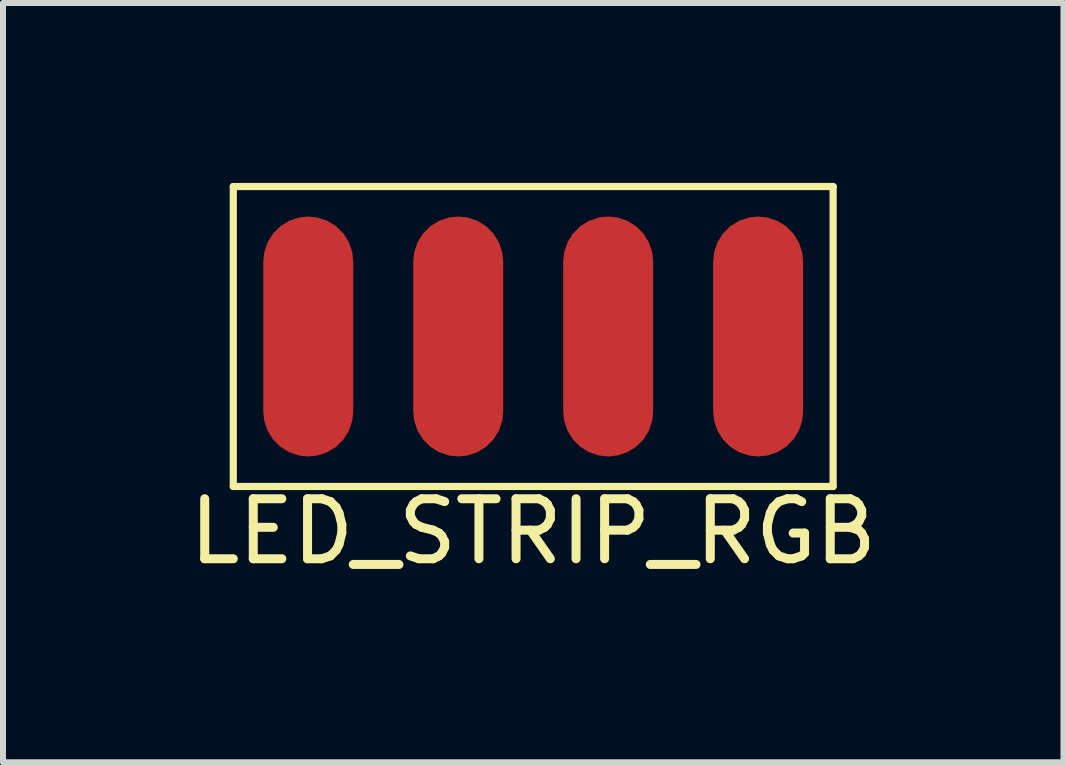
<source format=kicad_pcb>
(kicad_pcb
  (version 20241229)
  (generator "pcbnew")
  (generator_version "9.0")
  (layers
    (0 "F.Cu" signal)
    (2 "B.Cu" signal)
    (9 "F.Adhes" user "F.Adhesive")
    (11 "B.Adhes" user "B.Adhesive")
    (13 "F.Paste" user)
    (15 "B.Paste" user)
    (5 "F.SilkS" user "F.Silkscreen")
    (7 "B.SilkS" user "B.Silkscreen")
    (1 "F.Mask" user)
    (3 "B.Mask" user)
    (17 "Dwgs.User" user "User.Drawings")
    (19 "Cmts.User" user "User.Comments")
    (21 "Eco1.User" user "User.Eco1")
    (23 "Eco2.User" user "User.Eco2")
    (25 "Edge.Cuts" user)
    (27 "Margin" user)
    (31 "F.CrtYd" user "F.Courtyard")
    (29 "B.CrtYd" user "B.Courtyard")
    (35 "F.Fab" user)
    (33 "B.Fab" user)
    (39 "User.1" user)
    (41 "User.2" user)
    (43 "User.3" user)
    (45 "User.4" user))
  (footprint "LED_STRIP_RGB"
    (layer "F.Cu")
    (at 5.839 2.56)
    (property "Reference" "LED_STRIP_RGB" (at 0 3.25 0) (layer "F.SilkS") (effects (font (size 1 1) (thickness 0.15))))
    (attr through_hole)
    (fp_line (start -5 -2.5) (end -5 2.5) (stroke (width 0.12) (type solid)) (layer "F.SilkS"))
    (fp_line (start -5 2.5) (end 5 2.5) (stroke (width 0.12) (type solid)) (layer "F.SilkS"))
    (fp_line (start 5 -2.5) (end -5 -2.5) (stroke (width 0.12) (type solid)) (layer "F.SilkS"))
    (fp_line (start 5 2.5) (end 5 -2.5) (stroke (width 0.12) (type solid)) (layer "F.SilkS"))
    (pad "1" smd roundrect (at -3.75 0) (size 1.5 4) (layers "F.Cu" "F.Mask" "F.Paste") (roundrect_rratio 0.5))
    (pad "2" smd roundrect (at -1.25 0) (size 1.5 4) (layers "F.Cu" "F.Mask" "F.Paste") (roundrect_rratio 0.5))
    (pad "3" smd roundrect (at 1.25 0) (size 1.5 4) (layers "F.Cu" "F.Mask" "F.Paste") (roundrect_rratio 0.5))
    (pad "4" smd roundrect (at 3.75 0) (size 1.5 4) (layers "F.Cu" "F.Mask" "F.Paste") (roundrect_rratio 0.5)))
  (gr_rect
    (start -3 -3)
    (end 14.679 9.658)
    (stroke (width 0.1) (type default))
    (fill no)
    (layer "Edge.Cuts")))
</source>
